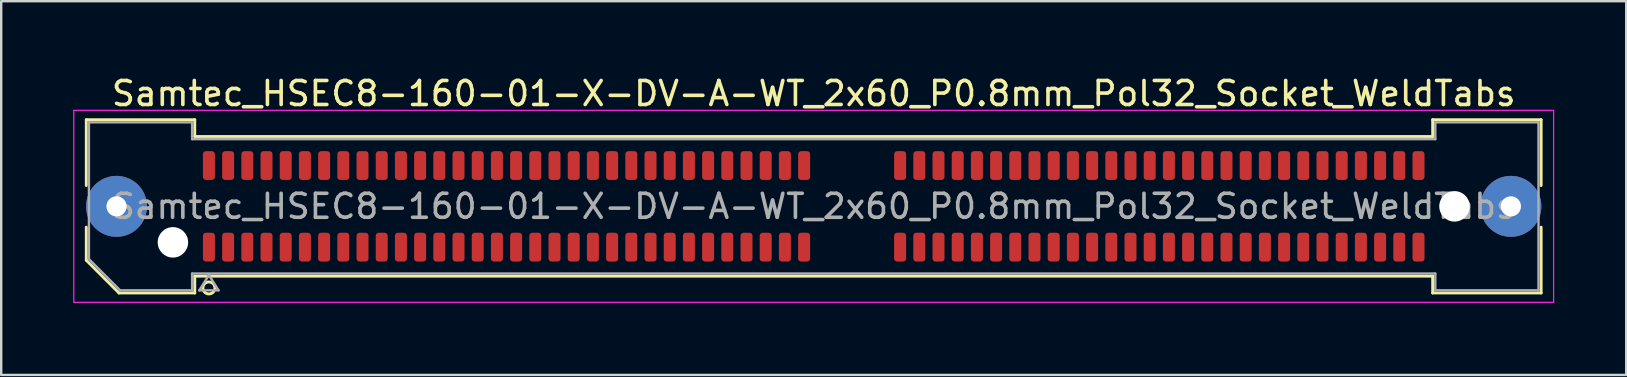
<source format=kicad_pcb>
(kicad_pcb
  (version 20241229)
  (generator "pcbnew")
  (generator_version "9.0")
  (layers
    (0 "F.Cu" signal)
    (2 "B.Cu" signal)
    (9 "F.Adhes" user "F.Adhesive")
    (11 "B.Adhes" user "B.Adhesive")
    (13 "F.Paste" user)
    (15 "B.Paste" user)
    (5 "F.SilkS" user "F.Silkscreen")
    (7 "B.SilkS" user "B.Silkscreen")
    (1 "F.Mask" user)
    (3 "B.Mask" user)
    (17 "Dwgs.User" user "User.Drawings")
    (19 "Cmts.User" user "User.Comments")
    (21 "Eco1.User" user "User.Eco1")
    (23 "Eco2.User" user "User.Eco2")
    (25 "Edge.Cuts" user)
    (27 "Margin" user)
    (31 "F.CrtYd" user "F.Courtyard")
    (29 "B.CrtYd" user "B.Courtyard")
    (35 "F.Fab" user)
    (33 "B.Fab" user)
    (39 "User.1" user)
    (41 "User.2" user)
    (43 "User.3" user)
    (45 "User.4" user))
  (footprint "Samtec_HSEC8-160-01-X-DV-A-WT_2x60_P0.8mm_Pol32_Socket_WeldTabs"
    (layer "F.Cu")
    (at 30.855 5.548)
    (property "Reference" "Samtec_HSEC8-160-01-X-DV-A-WT_2x60_P0.8mm_Pol32_Socket_WeldTabs" (at 0 -4.7 0) (layer "F.SilkS") (effects (font (size 1 1) (thickness 0.15))))
    (attr smd)
    (fp_line (start -30.31 -3.61) (end -25.79 -3.61) (stroke (width 0.12) (type solid)) (layer "F.SilkS"))
    (fp_line (start -30.31 -0.868) (end -30.31 -3.61) (stroke (width 0.12) (type solid)) (layer "F.SilkS"))
    (fp_line (start -30.31 2.246) (end -30.31 0.868) (stroke (width 0.12) (type solid)) (layer "F.SilkS"))
    (fp_line (start -28.946 3.61) (end -30.31 2.246) (stroke (width 0.12) (type solid)) (layer "F.SilkS"))
    (fp_line (start -25.79 -3.61) (end -25.79 -2.91) (stroke (width 0.12) (type solid)) (layer "F.SilkS"))
    (fp_line (start -25.79 -2.91) (end 25.79 -2.91) (stroke (width 0.12) (type solid)) (layer "F.SilkS"))
    (fp_line (start -25.79 2.91) (end -25.79 3.61) (stroke (width 0.12) (type solid)) (layer "F.SilkS"))
    (fp_line (start -25.79 3.61) (end -28.946 3.61) (stroke (width 0.12) (type solid)) (layer "F.SilkS"))
    (fp_line (start 25.79 -3.61) (end 30.31 -3.61) (stroke (width 0.12) (type solid)) (layer "F.SilkS"))
    (fp_line (start 25.79 -2.91) (end 25.79 -3.61) (stroke (width 0.12) (type solid)) (layer "F.SilkS"))
    (fp_line (start 25.79 2.91) (end -25.79 2.91) (stroke (width 0.12) (type solid)) (layer "F.SilkS"))
    (fp_line (start 25.79 3.61) (end 25.79 2.91) (stroke (width 0.12) (type solid)) (layer "F.SilkS"))
    (fp_line (start 30.31 -3.61) (end 30.31 -0.868) (stroke (width 0.12) (type solid)) (layer "F.SilkS"))
    (fp_line (start 30.31 0.868) (end 30.31 3.61) (stroke (width 0.12) (type solid)) (layer "F.SilkS"))
    (fp_line (start 30.31 3.61) (end 25.79 3.61) (stroke (width 0.12) (type solid)) (layer "F.SilkS"))
    (fp_arc (start -24.95 3.4) (mid -25.45 3.4) (end -24.95 3.4) (stroke (width 0.12) (type solid)) (layer "F.SilkS"))
    (fp_line (start -30.83 -4) (end -30.83 4) (stroke (width 0.05) (type solid)) (layer "F.CrtYd"))
    (fp_line (start -30.83 4) (end 30.83 4) (stroke (width 0.05) (type solid)) (layer "F.CrtYd"))
    (fp_line (start 30.83 -4) (end -30.83 -4) (stroke (width 0.05) (type solid)) (layer "F.CrtYd"))
    (fp_line (start 30.83 4) (end 30.83 -4) (stroke (width 0.05) (type solid)) (layer "F.CrtYd"))
    (fp_line (start -30.2 -3.5) (end -25.9 -3.5) (stroke (width 0.1) (type solid)) (layer "F.Fab"))
    (fp_line (start -30.2 2.2) (end -30.2 -3.5) (stroke (width 0.1) (type solid)) (layer "F.Fab"))
    (fp_line (start -28.9 3.5) (end -30.2 2.2) (stroke (width 0.1) (type solid)) (layer "F.Fab"))
    (fp_line (start -25.9 -3.5) (end -25.9 -2.8) (stroke (width 0.1) (type solid)) (layer "F.Fab"))
    (fp_line (start -25.9 -2.8) (end 25.9 -2.8) (stroke (width 0.1) (type solid)) (layer "F.Fab"))
    (fp_line (start -25.9 2.8) (end -25.9 3.5) (stroke (width 0.1) (type solid)) (layer "F.Fab"))
    (fp_line (start -25.9 3.5) (end -28.9 3.5) (stroke (width 0.1) (type solid)) (layer "F.Fab"))
    (fp_line (start -25.6 3.5) (end -25.2 2.86) (stroke (width 0.1) (type solid)) (layer "F.Fab"))
    (fp_line (start -25.2 2.86) (end -24.8 3.5) (stroke (width 0.1) (type solid)) (layer "F.Fab"))
    (fp_line (start -24.8 3.5) (end -25.6 3.5) (stroke (width 0.1) (type solid)) (layer "F.Fab"))
    (fp_line (start 25.9 -3.5) (end 30.2 -3.5) (stroke (width 0.1) (type solid)) (layer "F.Fab"))
    (fp_line (start 25.9 -2.8) (end 25.9 -3.5) (stroke (width 0.1) (type solid)) (layer "F.Fab"))
    (fp_line (start 25.9 2.8) (end -25.9 2.8) (stroke (width 0.1) (type solid)) (layer "F.Fab"))
    (fp_line (start 25.9 3.5) (end 25.9 2.8) (stroke (width 0.1) (type solid)) (layer "F.Fab"))
    (fp_line (start 30.2 -3.5) (end 30.2 3.5) (stroke (width 0.1) (type solid)) (layer "F.Fab"))
    (fp_line (start 30.2 3.5) (end 25.9 3.5) (stroke (width 0.1) (type solid)) (layer "F.Fab"))
    (fp_text user "${REFERENCE}" (at 0 0 0) (layer "F.Fab") (effects (font (size 1 1) (thickness 0.15))))
    (pad "" thru_hole circle (at -29.05 0) (size 2.54 2.54) (drill 0.84) (layers "*.Cu" "*.Mask" "F.Paste"))
    (pad "" np_thru_hole circle (at -26.7 1.5) (size 1.27 1.27) (drill 1.27) (layers "*.Cu" "*.Mask"))
    (pad "" np_thru_hole circle (at 26.7 0) (size 1.27 1.27) (drill 1.27) (layers "*.Cu" "*.Mask"))
    (pad "" thru_hole circle (at 29.05 0) (size 2.54 2.54) (drill 0.84) (layers "*.Cu" "*.Mask" "F.Paste"))
    (pad "1" smd roundrect (at -25.2 1.7) (size 0.5 1.2) (layers "F.Cu" "F.Mask" "F.Paste") (roundrect_rratio 0.25))
    (pad "2" smd roundrect (at -25.2 -1.7) (size 0.5 1.2) (layers "F.Cu" "F.Mask" "F.Paste") (roundrect_rratio 0.25))
    (pad "3" smd roundrect (at -24.4 1.7) (size 0.5 1.2) (layers "F.Cu" "F.Mask" "F.Paste") (roundrect_rratio 0.25))
    (pad "4" smd roundrect (at -24.4 -1.7) (size 0.5 1.2) (layers "F.Cu" "F.Mask" "F.Paste") (roundrect_rratio 0.25))
    (pad "5" smd roundrect (at -23.6 1.7) (size 0.5 1.2) (layers "F.Cu" "F.Mask" "F.Paste") (roundrect_rratio 0.25))
    (pad "6" smd roundrect (at -23.6 -1.7) (size 0.5 1.2) (layers "F.Cu" "F.Mask" "F.Paste") (roundrect_rratio 0.25))
    (pad "7" smd roundrect (at -22.8 1.7) (size 0.5 1.2) (layers "F.Cu" "F.Mask" "F.Paste") (roundrect_rratio 0.25))
    (pad "8" smd roundrect (at -22.8 -1.7) (size 0.5 1.2) (layers "F.Cu" "F.Mask" "F.Paste") (roundrect_rratio 0.25))
    (pad "9" smd roundrect (at -22 1.7) (size 0.5 1.2) (layers "F.Cu" "F.Mask" "F.Paste") (roundrect_rratio 0.25))
    (pad "10" smd roundrect (at -22 -1.7) (size 0.5 1.2) (layers "F.Cu" "F.Mask" "F.Paste") (roundrect_rratio 0.25))
    (pad "11" smd roundrect (at -21.2 1.7) (size 0.5 1.2) (layers "F.Cu" "F.Mask" "F.Paste") (roundrect_rratio 0.25))
    (pad "12" smd roundrect (at -21.2 -1.7) (size 0.5 1.2) (layers "F.Cu" "F.Mask" "F.Paste") (roundrect_rratio 0.25))
    (pad "13" smd roundrect (at -20.4 1.7) (size 0.5 1.2) (layers "F.Cu" "F.Mask" "F.Paste") (roundrect_rratio 0.25))
    (pad "14" smd roundrect (at -20.4 -1.7) (size 0.5 1.2) (layers "F.Cu" "F.Mask" "F.Paste") (roundrect_rratio 0.25))
    (pad "15" smd roundrect (at -19.6 1.7) (size 0.5 1.2) (layers "F.Cu" "F.Mask" "F.Paste") (roundrect_rratio 0.25))
    (pad "16" smd roundrect (at -19.6 -1.7) (size 0.5 1.2) (layers "F.Cu" "F.Mask" "F.Paste") (roundrect_rratio 0.25))
    (pad "17" smd roundrect (at -18.8 1.7) (size 0.5 1.2) (layers "F.Cu" "F.Mask" "F.Paste") (roundrect_rratio 0.25))
    (pad "18" smd roundrect (at -18.8 -1.7) (size 0.5 1.2) (layers "F.Cu" "F.Mask" "F.Paste") (roundrect_rratio 0.25))
    (pad "19" smd roundrect (at -18 1.7) (size 0.5 1.2) (layers "F.Cu" "F.Mask" "F.Paste") (roundrect_rratio 0.25))
    (pad "20" smd roundrect (at -18 -1.7) (size 0.5 1.2) (layers "F.Cu" "F.Mask" "F.Paste") (roundrect_rratio 0.25))
    (pad "21" smd roundrect (at -17.2 1.7) (size 0.5 1.2) (layers "F.Cu" "F.Mask" "F.Paste") (roundrect_rratio 0.25))
    (pad "22" smd roundrect (at -17.2 -1.7) (size 0.5 1.2) (layers "F.Cu" "F.Mask" "F.Paste") (roundrect_rratio 0.25))
    (pad "23" smd roundrect (at -16.4 1.7) (size 0.5 1.2) (layers "F.Cu" "F.Mask" "F.Paste") (roundrect_rratio 0.25))
    (pad "24" smd roundrect (at -16.4 -1.7) (size 0.5 1.2) (layers "F.Cu" "F.Mask" "F.Paste") (roundrect_rratio 0.25))
    (pad "25" smd roundrect (at -15.6 1.7) (size 0.5 1.2) (layers "F.Cu" "F.Mask" "F.Paste") (roundrect_rratio 0.25))
    (pad "26" smd roundrect (at -15.6 -1.7) (size 0.5 1.2) (layers "F.Cu" "F.Mask" "F.Paste") (roundrect_rratio 0.25))
    (pad "27" smd roundrect (at -14.8 1.7) (size 0.5 1.2) (layers "F.Cu" "F.Mask" "F.Paste") (roundrect_rratio 0.25))
    (pad "28" smd roundrect (at -14.8 -1.7) (size 0.5 1.2) (layers "F.Cu" "F.Mask" "F.Paste") (roundrect_rratio 0.25))
    (pad "29" smd roundrect (at -14 1.7) (size 0.5 1.2) (layers "F.Cu" "F.Mask" "F.Paste") (roundrect_rratio 0.25))
    (pad "30" smd roundrect (at -14 -1.7) (size 0.5 1.2) (layers "F.Cu" "F.Mask" "F.Paste") (roundrect_rratio 0.25))
    (pad "31" smd roundrect (at -13.2 1.7) (size 0.5 1.2) (layers "F.Cu" "F.Mask" "F.Paste") (roundrect_rratio 0.25))
    (pad "32" smd roundrect (at -13.2 -1.7) (size 0.5 1.2) (layers "F.Cu" "F.Mask" "F.Paste") (roundrect_rratio 0.25))
    (pad "33" smd roundrect (at -12.4 1.7) (size 0.5 1.2) (layers "F.Cu" "F.Mask" "F.Paste") (roundrect_rratio 0.25))
    (pad "34" smd roundrect (at -12.4 -1.7) (size 0.5 1.2) (layers "F.Cu" "F.Mask" "F.Paste") (roundrect_rratio 0.25))
    (pad "35" smd roundrect (at -11.6 1.7) (size 0.5 1.2) (layers "F.Cu" "F.Mask" "F.Paste") (roundrect_rratio 0.25))
    (pad "36" smd roundrect (at -11.6 -1.7) (size 0.5 1.2) (layers "F.Cu" "F.Mask" "F.Paste") (roundrect_rratio 0.25))
    (pad "37" smd roundrect (at -10.8 1.7) (size 0.5 1.2) (layers "F.Cu" "F.Mask" "F.Paste") (roundrect_rratio 0.25))
    (pad "38" smd roundrect (at -10.8 -1.7) (size 0.5 1.2) (layers "F.Cu" "F.Mask" "F.Paste") (roundrect_rratio 0.25))
    (pad "39" smd roundrect (at -10 1.7) (size 0.5 1.2) (layers "F.Cu" "F.Mask" "F.Paste") (roundrect_rratio 0.25))
    (pad "40" smd roundrect (at -10 -1.7) (size 0.5 1.2) (layers "F.Cu" "F.Mask" "F.Paste") (roundrect_rratio 0.25))
    (pad "41" smd roundrect (at -9.2 1.7) (size 0.5 1.2) (layers "F.Cu" "F.Mask" "F.Paste") (roundrect_rratio 0.25))
    (pad "42" smd roundrect (at -9.2 -1.7) (size 0.5 1.2) (layers "F.Cu" "F.Mask" "F.Paste") (roundrect_rratio 0.25))
    (pad "43" smd roundrect (at -8.4 1.7) (size 0.5 1.2) (layers "F.Cu" "F.Mask" "F.Paste") (roundrect_rratio 0.25))
    (pad "44" smd roundrect (at -8.4 -1.7) (size 0.5 1.2) (layers "F.Cu" "F.Mask" "F.Paste") (roundrect_rratio 0.25))
    (pad "45" smd roundrect (at -7.6 1.7) (size 0.5 1.2) (layers "F.Cu" "F.Mask" "F.Paste") (roundrect_rratio 0.25))
    (pad "46" smd roundrect (at -7.6 -1.7) (size 0.5 1.2) (layers "F.Cu" "F.Mask" "F.Paste") (roundrect_rratio 0.25))
    (pad "47" smd roundrect (at -6.8 1.7) (size 0.5 1.2) (layers "F.Cu" "F.Mask" "F.Paste") (roundrect_rratio 0.25))
    (pad "48" smd roundrect (at -6.8 -1.7) (size 0.5 1.2) (layers "F.Cu" "F.Mask" "F.Paste") (roundrect_rratio 0.25))
    (pad "49" smd roundrect (at -6 1.7) (size 0.5 1.2) (layers "F.Cu" "F.Mask" "F.Paste") (roundrect_rratio 0.25))
    (pad "50" smd roundrect (at -6 -1.7) (size 0.5 1.2) (layers "F.Cu" "F.Mask" "F.Paste") (roundrect_rratio 0.25))
    (pad "51" smd roundrect (at -5.2 1.7) (size 0.5 1.2) (layers "F.Cu" "F.Mask" "F.Paste") (roundrect_rratio 0.25))
    (pad "52" smd roundrect (at -5.2 -1.7) (size 0.5 1.2) (layers "F.Cu" "F.Mask" "F.Paste") (roundrect_rratio 0.25))
    (pad "53" smd roundrect (at -4.4 1.7) (size 0.5 1.2) (layers "F.Cu" "F.Mask" "F.Paste") (roundrect_rratio 0.25))
    (pad "54" smd roundrect (at -4.4 -1.7) (size 0.5 1.2) (layers "F.Cu" "F.Mask" "F.Paste") (roundrect_rratio 0.25))
    (pad "55" smd roundrect (at -3.6 1.7) (size 0.5 1.2) (layers "F.Cu" "F.Mask" "F.Paste") (roundrect_rratio 0.25))
    (pad "56" smd roundrect (at -3.6 -1.7) (size 0.5 1.2) (layers "F.Cu" "F.Mask" "F.Paste") (roundrect_rratio 0.25))
    (pad "57" smd roundrect (at -2.8 1.7) (size 0.5 1.2) (layers "F.Cu" "F.Mask" "F.Paste") (roundrect_rratio 0.25))
    (pad "58" smd roundrect (at -2.8 -1.7) (size 0.5 1.2) (layers "F.Cu" "F.Mask" "F.Paste") (roundrect_rratio 0.25))
    (pad "59" smd roundrect (at -2 1.7) (size 0.5 1.2) (layers "F.Cu" "F.Mask" "F.Paste") (roundrect_rratio 0.25))
    (pad "60" smd roundrect (at -2 -1.7) (size 0.5 1.2) (layers "F.Cu" "F.Mask" "F.Paste") (roundrect_rratio 0.25))
    (pad "61" smd roundrect (at -1.2 1.7) (size 0.5 1.2) (layers "F.Cu" "F.Mask" "F.Paste") (roundrect_rratio 0.25))
    (pad "62" smd roundrect (at -1.2 -1.7) (size 0.5 1.2) (layers "F.Cu" "F.Mask" "F.Paste") (roundrect_rratio 0.25))
    (pad "63" smd roundrect (at -0.4 1.7) (size 0.5 1.2) (layers "F.Cu" "F.Mask" "F.Paste") (roundrect_rratio 0.25))
    (pad "64" smd roundrect (at -0.4 -1.7) (size 0.5 1.2) (layers "F.Cu" "F.Mask" "F.Paste") (roundrect_rratio 0.25))
    (pad "65" smd roundrect (at 3.6 1.7) (size 0.5 1.2) (layers "F.Cu" "F.Mask" "F.Paste") (roundrect_rratio 0.25))
    (pad "66" smd roundrect (at 3.6 -1.7) (size 0.5 1.2) (layers "F.Cu" "F.Mask" "F.Paste") (roundrect_rratio 0.25))
    (pad "67" smd roundrect (at 4.4 1.7) (size 0.5 1.2) (layers "F.Cu" "F.Mask" "F.Paste") (roundrect_rratio 0.25))
    (pad "68" smd roundrect (at 4.4 -1.7) (size 0.5 1.2) (layers "F.Cu" "F.Mask" "F.Paste") (roundrect_rratio 0.25))
    (pad "69" smd roundrect (at 5.2 1.7) (size 0.5 1.2) (layers "F.Cu" "F.Mask" "F.Paste") (roundrect_rratio 0.25))
    (pad "70" smd roundrect (at 5.2 -1.7) (size 0.5 1.2) (layers "F.Cu" "F.Mask" "F.Paste") (roundrect_rratio 0.25))
    (pad "71" smd roundrect (at 6 1.7) (size 0.5 1.2) (layers "F.Cu" "F.Mask" "F.Paste") (roundrect_rratio 0.25))
    (pad "72" smd roundrect (at 6 -1.7) (size 0.5 1.2) (layers "F.Cu" "F.Mask" "F.Paste") (roundrect_rratio 0.25))
    (pad "73" smd roundrect (at 6.8 1.7) (size 0.5 1.2) (layers "F.Cu" "F.Mask" "F.Paste") (roundrect_rratio 0.25))
    (pad "74" smd roundrect (at 6.8 -1.7) (size 0.5 1.2) (layers "F.Cu" "F.Mask" "F.Paste") (roundrect_rratio 0.25))
    (pad "75" smd roundrect (at 7.6 1.7) (size 0.5 1.2) (layers "F.Cu" "F.Mask" "F.Paste") (roundrect_rratio 0.25))
    (pad "76" smd roundrect (at 7.6 -1.7) (size 0.5 1.2) (layers "F.Cu" "F.Mask" "F.Paste") (roundrect_rratio 0.25))
    (pad "77" smd roundrect (at 8.4 1.7) (size 0.5 1.2) (layers "F.Cu" "F.Mask" "F.Paste") (roundrect_rratio 0.25))
    (pad "78" smd roundrect (at 8.4 -1.7) (size 0.5 1.2) (layers "F.Cu" "F.Mask" "F.Paste") (roundrect_rratio 0.25))
    (pad "79" smd roundrect (at 9.2 1.7) (size 0.5 1.2) (layers "F.Cu" "F.Mask" "F.Paste") (roundrect_rratio 0.25))
    (pad "80" smd roundrect (at 9.2 -1.7) (size 0.5 1.2) (layers "F.Cu" "F.Mask" "F.Paste") (roundrect_rratio 0.25))
    (pad "81" smd roundrect (at 10 1.7) (size 0.5 1.2) (layers "F.Cu" "F.Mask" "F.Paste") (roundrect_rratio 0.25))
    (pad "82" smd roundrect (at 10 -1.7) (size 0.5 1.2) (layers "F.Cu" "F.Mask" "F.Paste") (roundrect_rratio 0.25))
    (pad "83" smd roundrect (at 10.8 1.7) (size 0.5 1.2) (layers "F.Cu" "F.Mask" "F.Paste") (roundrect_rratio 0.25))
    (pad "84" smd roundrect (at 10.8 -1.7) (size 0.5 1.2) (layers "F.Cu" "F.Mask" "F.Paste") (roundrect_rratio 0.25))
    (pad "85" smd roundrect (at 11.6 1.7) (size 0.5 1.2) (layers "F.Cu" "F.Mask" "F.Paste") (roundrect_rratio 0.25))
    (pad "86" smd roundrect (at 11.6 -1.7) (size 0.5 1.2) (layers "F.Cu" "F.Mask" "F.Paste") (roundrect_rratio 0.25))
    (pad "87" smd roundrect (at 12.4 1.7) (size 0.5 1.2) (layers "F.Cu" "F.Mask" "F.Paste") (roundrect_rratio 0.25))
    (pad "88" smd roundrect (at 12.4 -1.7) (size 0.5 1.2) (layers "F.Cu" "F.Mask" "F.Paste") (roundrect_rratio 0.25))
    (pad "89" smd roundrect (at 13.2 1.7) (size 0.5 1.2) (layers "F.Cu" "F.Mask" "F.Paste") (roundrect_rratio 0.25))
    (pad "90" smd roundrect (at 13.2 -1.7) (size 0.5 1.2) (layers "F.Cu" "F.Mask" "F.Paste") (roundrect_rratio 0.25))
    (pad "91" smd roundrect (at 14 1.7) (size 0.5 1.2) (layers "F.Cu" "F.Mask" "F.Paste") (roundrect_rratio 0.25))
    (pad "92" smd roundrect (at 14 -1.7) (size 0.5 1.2) (layers "F.Cu" "F.Mask" "F.Paste") (roundrect_rratio 0.25))
    (pad "93" smd roundrect (at 14.8 1.7) (size 0.5 1.2) (layers "F.Cu" "F.Mask" "F.Paste") (roundrect_rratio 0.25))
    (pad "94" smd roundrect (at 14.8 -1.7) (size 0.5 1.2) (layers "F.Cu" "F.Mask" "F.Paste") (roundrect_rratio 0.25))
    (pad "95" smd roundrect (at 15.6 1.7) (size 0.5 1.2) (layers "F.Cu" "F.Mask" "F.Paste") (roundrect_rratio 0.25))
    (pad "96" smd roundrect (at 15.6 -1.7) (size 0.5 1.2) (layers "F.Cu" "F.Mask" "F.Paste") (roundrect_rratio 0.25))
    (pad "97" smd roundrect (at 16.4 1.7) (size 0.5 1.2) (layers "F.Cu" "F.Mask" "F.Paste") (roundrect_rratio 0.25))
    (pad "98" smd roundrect (at 16.4 -1.7) (size 0.5 1.2) (layers "F.Cu" "F.Mask" "F.Paste") (roundrect_rratio 0.25))
    (pad "99" smd roundrect (at 17.2 1.7) (size 0.5 1.2) (layers "F.Cu" "F.Mask" "F.Paste") (roundrect_rratio 0.25))
    (pad "100" smd roundrect (at 17.2 -1.7) (size 0.5 1.2) (layers "F.Cu" "F.Mask" "F.Paste") (roundrect_rratio 0.25))
    (pad "101" smd roundrect (at 18 1.7) (size 0.5 1.2) (layers "F.Cu" "F.Mask" "F.Paste") (roundrect_rratio 0.25))
    (pad "102" smd roundrect (at 18 -1.7) (size 0.5 1.2) (layers "F.Cu" "F.Mask" "F.Paste") (roundrect_rratio 0.25))
    (pad "103" smd roundrect (at 18.8 1.7) (size 0.5 1.2) (layers "F.Cu" "F.Mask" "F.Paste") (roundrect_rratio 0.25))
    (pad "104" smd roundrect (at 18.8 -1.7) (size 0.5 1.2) (layers "F.Cu" "F.Mask" "F.Paste") (roundrect_rratio 0.25))
    (pad "105" smd roundrect (at 19.6 1.7) (size 0.5 1.2) (layers "F.Cu" "F.Mask" "F.Paste") (roundrect_rratio 0.25))
    (pad "106" smd roundrect (at 19.6 -1.7) (size 0.5 1.2) (layers "F.Cu" "F.Mask" "F.Paste") (roundrect_rratio 0.25))
    (pad "107" smd roundrect (at 20.4 1.7) (size 0.5 1.2) (layers "F.Cu" "F.Mask" "F.Paste") (roundrect_rratio 0.25))
    (pad "108" smd roundrect (at 20.4 -1.7) (size 0.5 1.2) (layers "F.Cu" "F.Mask" "F.Paste") (roundrect_rratio 0.25))
    (pad "109" smd roundrect (at 21.2 1.7) (size 0.5 1.2) (layers "F.Cu" "F.Mask" "F.Paste") (roundrect_rratio 0.25))
    (pad "110" smd roundrect (at 21.2 -1.7) (size 0.5 1.2) (layers "F.Cu" "F.Mask" "F.Paste") (roundrect_rratio 0.25))
    (pad "111" smd roundrect (at 22 1.7) (size 0.5 1.2) (layers "F.Cu" "F.Mask" "F.Paste") (roundrect_rratio 0.25))
    (pad "112" smd roundrect (at 22 -1.7) (size 0.5 1.2) (layers "F.Cu" "F.Mask" "F.Paste") (roundrect_rratio 0.25))
    (pad "113" smd roundrect (at 22.8 1.7) (size 0.5 1.2) (layers "F.Cu" "F.Mask" "F.Paste") (roundrect_rratio 0.25))
    (pad "114" smd roundrect (at 22.8 -1.7) (size 0.5 1.2) (layers "F.Cu" "F.Mask" "F.Paste") (roundrect_rratio 0.25))
    (pad "115" smd roundrect (at 23.6 1.7) (size 0.5 1.2) (layers "F.Cu" "F.Mask" "F.Paste") (roundrect_rratio 0.25))
    (pad "116" smd roundrect (at 23.6 -1.7) (size 0.5 1.2) (layers "F.Cu" "F.Mask" "F.Paste") (roundrect_rratio 0.25))
    (pad "117" smd roundrect (at 24.4 1.7) (size 0.5 1.2) (layers "F.Cu" "F.Mask" "F.Paste") (roundrect_rratio 0.25))
    (pad "118" smd roundrect (at 24.4 -1.7) (size 0.5 1.2) (layers "F.Cu" "F.Mask" "F.Paste") (roundrect_rratio 0.25))
    (pad "119" smd roundrect (at 25.2 1.7) (size 0.5 1.2) (layers "F.Cu" "F.Mask" "F.Paste") (roundrect_rratio 0.25))
    (pad "120" smd roundrect (at 25.2 -1.7) (size 0.5 1.2) (layers "F.Cu" "F.Mask" "F.Paste") (roundrect_rratio 0.25)))
  (gr_rect
    (start -3 -3)
    (end 64.71 12.573)
    (stroke (width 0.1) (type default))
    (fill no)
    (layer "Edge.Cuts")))
</source>
